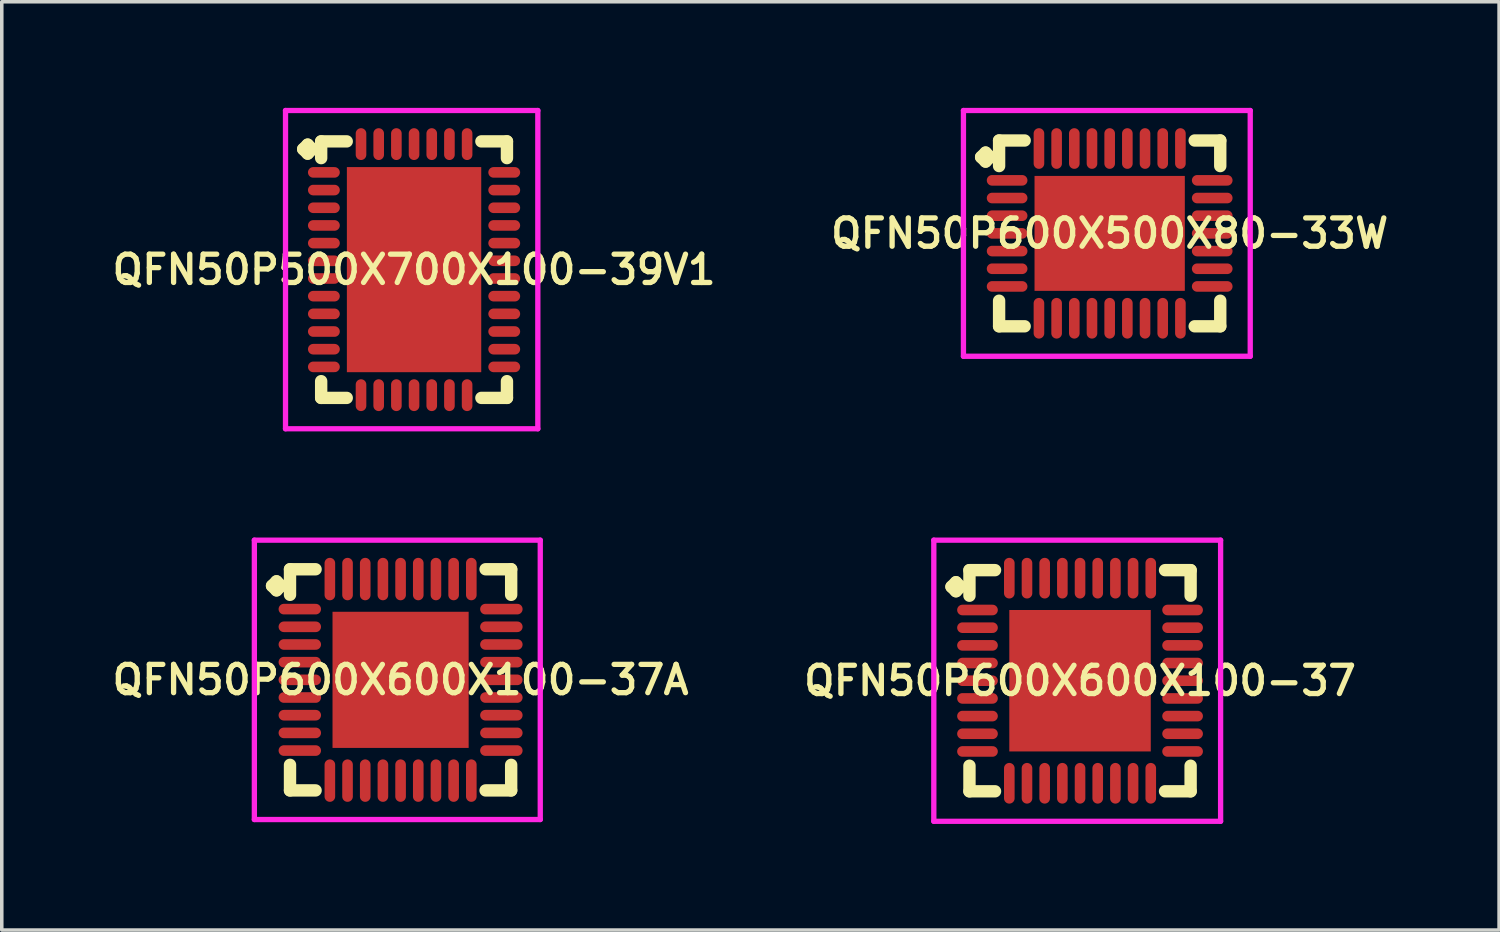
<source format=kicad_pcb>
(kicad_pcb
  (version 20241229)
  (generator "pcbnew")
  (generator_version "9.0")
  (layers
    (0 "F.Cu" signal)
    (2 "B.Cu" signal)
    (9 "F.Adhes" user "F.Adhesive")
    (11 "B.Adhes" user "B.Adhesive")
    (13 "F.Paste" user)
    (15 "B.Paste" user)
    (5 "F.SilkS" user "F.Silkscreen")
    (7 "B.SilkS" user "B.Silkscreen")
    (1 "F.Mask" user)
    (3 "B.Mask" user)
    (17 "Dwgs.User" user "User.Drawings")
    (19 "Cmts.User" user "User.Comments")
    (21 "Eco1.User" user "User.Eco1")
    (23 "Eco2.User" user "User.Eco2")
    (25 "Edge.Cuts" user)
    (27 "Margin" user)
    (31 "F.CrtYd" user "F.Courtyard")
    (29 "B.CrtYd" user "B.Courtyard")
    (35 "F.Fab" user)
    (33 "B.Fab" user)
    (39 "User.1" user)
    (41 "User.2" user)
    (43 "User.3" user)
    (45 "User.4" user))
  (footprint "QFN50P600X500X80-33W"
    (layer "F.Cu")
    (at 28.33 3.55)
    (property "Reference" "QFN50P600X500X80-33W" (at 0 0 0) (layer "F.SilkS") (effects (font (size 0.8 0.8) (thickness 0.15))))
    (attr smd)
    (fp_line (start -3.635 -2.158) (end -3.508 -2.285) (stroke (width 0.35) (type solid)) (layer "F.SilkS"))
    (fp_line (start -3.508 -2.285) (end -3.381 -2.158) (stroke (width 0.35) (type solid)) (layer "F.SilkS"))
    (fp_line (start -3.508 -2.031) (end -3.635 -2.158) (stroke (width 0.35) (type solid)) (layer "F.SilkS"))
    (fp_line (start -3.381 -2.158) (end -3.508 -2.031) (stroke (width 0.35) (type solid)) (layer "F.SilkS"))
    (fp_line (start -3.127 -2.627) (end -2.404 -2.627) (stroke (width 0.35) (type solid)) (layer "F.SilkS"))
    (fp_line (start -3.127 -1.904) (end -3.127 -2.627) (stroke (width 0.35) (type solid)) (layer "F.SilkS"))
    (fp_line (start -3.127 1.904) (end -3.127 2.627) (stroke (width 0.35) (type solid)) (layer "F.SilkS"))
    (fp_line (start -3.127 2.627) (end -2.404 2.627) (stroke (width 0.35) (type solid)) (layer "F.SilkS"))
    (fp_line (start 2.404 -2.627) (end 3.127 -2.627) (stroke (width 0.35) (type solid)) (layer "F.SilkS"))
    (fp_line (start 2.404 2.627) (end 3.127 2.627) (stroke (width 0.35) (type solid)) (layer "F.SilkS"))
    (fp_line (start 3.127 -2.627) (end 3.127 -1.904) (stroke (width 0.35) (type solid)) (layer "F.SilkS"))
    (fp_line (start 3.127 2.627) (end 3.127 1.904) (stroke (width 0.35) (type solid)) (layer "F.SilkS"))
    (fp_line (start -4.135 -3.475) (end 3.975 -3.475) (stroke (width 0.15) (type solid)) (layer "F.CrtYd"))
    (fp_line (start -4.135 3.475) (end -4.135 -3.475) (stroke (width 0.15) (type solid)) (layer "F.CrtYd"))
    (fp_line (start 3.975 -3.475) (end 3.975 3.475) (stroke (width 0.15) (type solid)) (layer "F.CrtYd"))
    (fp_line (start 3.975 3.475) (end -4.135 3.475) (stroke (width 0.15) (type solid)) (layer "F.CrtYd"))
    (pad "1" smd oval (at -2.9 -1.5) (size 1.15 0.3) (layers "F.Cu" "F.Mask" "F.Paste"))
    (pad "2" smd oval (at -2.9 -1) (size 1.15 0.3) (layers "F.Cu" "F.Mask" "F.Paste"))
    (pad "3" smd oval (at -2.9 -0.5) (size 1.15 0.3) (layers "F.Cu" "F.Mask" "F.Paste"))
    (pad "4" smd oval (at -2.9 0) (size 1.15 0.3) (layers "F.Cu" "F.Mask" "F.Paste"))
    (pad "5" smd oval (at -2.9 0.5) (size 1.15 0.3) (layers "F.Cu" "F.Mask" "F.Paste"))
    (pad "6" smd oval (at -2.9 1) (size 1.15 0.3) (layers "F.Cu" "F.Mask" "F.Paste"))
    (pad "7" smd oval (at -2.9 1.5) (size 1.15 0.3) (layers "F.Cu" "F.Mask" "F.Paste"))
    (pad "8" smd oval (at -2 2.4) (size 0.3 1.15) (layers "F.Cu" "F.Mask" "F.Paste"))
    (pad "9" smd oval (at -1.5 2.4) (size 0.3 1.15) (layers "F.Cu" "F.Mask" "F.Paste"))
    (pad "10" smd oval (at -1 2.4) (size 0.3 1.15) (layers "F.Cu" "F.Mask" "F.Paste"))
    (pad "11" smd oval (at -0.5 2.4) (size 0.3 1.15) (layers "F.Cu" "F.Mask" "F.Paste"))
    (pad "12" smd oval (at 0 2.4) (size 0.3 1.15) (layers "F.Cu" "F.Mask" "F.Paste"))
    (pad "13" smd oval (at 0.5 2.4) (size 0.3 1.15) (layers "F.Cu" "F.Mask" "F.Paste"))
    (pad "14" smd oval (at 1 2.4) (size 0.3 1.15) (layers "F.Cu" "F.Mask" "F.Paste"))
    (pad "15" smd oval (at 1.5 2.4) (size 0.3 1.15) (layers "F.Cu" "F.Mask" "F.Paste"))
    (pad "16" smd oval (at 2 2.4) (size 0.3 1.15) (layers "F.Cu" "F.Mask" "F.Paste"))
    (pad "17" smd oval (at 2.9 1.5) (size 1.15 0.3) (layers "F.Cu" "F.Mask" "F.Paste"))
    (pad "18" smd oval (at 2.9 1) (size 1.15 0.3) (layers "F.Cu" "F.Mask" "F.Paste"))
    (pad "19" smd oval (at 2.9 0.5) (size 1.15 0.3) (layers "F.Cu" "F.Mask" "F.Paste"))
    (pad "20" smd oval (at 2.9 0) (size 1.15 0.3) (layers "F.Cu" "F.Mask" "F.Paste"))
    (pad "21" smd oval (at 2.9 -0.5) (size 1.15 0.3) (layers "F.Cu" "F.Mask" "F.Paste"))
    (pad "22" smd oval (at 2.9 -1) (size 1.15 0.3) (layers "F.Cu" "F.Mask" "F.Paste"))
    (pad "23" smd oval (at 2.9 -1.5) (size 1.15 0.3) (layers "F.Cu" "F.Mask" "F.Paste"))
    (pad "24" smd oval (at 2 -2.4) (size 0.3 1.15) (layers "F.Cu" "F.Mask" "F.Paste"))
    (pad "25" smd oval (at 1.5 -2.4) (size 0.3 1.15) (layers "F.Cu" "F.Mask" "F.Paste"))
    (pad "26" smd oval (at 1 -2.4) (size 0.3 1.15) (layers "F.Cu" "F.Mask" "F.Paste"))
    (pad "27" smd oval (at 0.5 -2.4) (size 0.3 1.15) (layers "F.Cu" "F.Mask" "F.Paste"))
    (pad "28" smd oval (at 0 -2.4) (size 0.3 1.15) (layers "F.Cu" "F.Mask" "F.Paste"))
    (pad "29" smd oval (at -0.5 -2.4) (size 0.3 1.15) (layers "F.Cu" "F.Mask" "F.Paste"))
    (pad "30" smd oval (at -1 -2.4) (size 0.3 1.15) (layers "F.Cu" "F.Mask" "F.Paste"))
    (pad "31" smd oval (at -1.5 -2.4) (size 0.3 1.15) (layers "F.Cu" "F.Mask" "F.Paste"))
    (pad "32" smd oval (at -2 -2.4) (size 0.3 1.15) (layers "F.Cu" "F.Mask" "F.Paste"))
    (pad "33" smd rect (at 0 0) (size 4.25 3.25) (layers "F.Cu" "F.Mask" "F.Paste")))
  (footprint "QFN50P500X700X100-39V1"
    (layer "F.Cu")
    (at 8.659 4.575)
    (property "Reference" "QFN50P500X700X100-39V1" (at 0 0 0) (layer "F.SilkS") (effects (font (size 0.8 0.8) (thickness 0.15))))
    (attr smd)
    (fp_line (start -3.135 -3.408) (end -3.008 -3.535) (stroke (width 0.35) (type solid)) (layer "F.SilkS"))
    (fp_line (start -3.008 -3.535) (end -2.881 -3.408) (stroke (width 0.35) (type solid)) (layer "F.SilkS"))
    (fp_line (start -3.008 -3.281) (end -3.135 -3.408) (stroke (width 0.35) (type solid)) (layer "F.SilkS"))
    (fp_line (start -2.881 -3.408) (end -3.008 -3.281) (stroke (width 0.35) (type solid)) (layer "F.SilkS"))
    (fp_line (start -2.627 -3.627) (end -1.904 -3.627) (stroke (width 0.35) (type solid)) (layer "F.SilkS"))
    (fp_line (start -2.627 -3.154) (end -2.627 -3.627) (stroke (width 0.35) (type solid)) (layer "F.SilkS"))
    (fp_line (start -2.627 3.154) (end -2.627 3.627) (stroke (width 0.35) (type solid)) (layer "F.SilkS"))
    (fp_line (start -2.627 3.627) (end -1.904 3.627) (stroke (width 0.35) (type solid)) (layer "F.SilkS"))
    (fp_line (start 1.904 -3.627) (end 2.627 -3.627) (stroke (width 0.35) (type solid)) (layer "F.SilkS"))
    (fp_line (start 1.904 3.627) (end 2.627 3.627) (stroke (width 0.35) (type solid)) (layer "F.SilkS"))
    (fp_line (start 2.627 -3.627) (end 2.627 -3.154) (stroke (width 0.35) (type solid)) (layer "F.SilkS"))
    (fp_line (start 2.627 3.627) (end 2.627 3.154) (stroke (width 0.35) (type solid)) (layer "F.SilkS"))
    (fp_line (start -3.635 -4.5) (end 3.5 -4.5) (stroke (width 0.15) (type solid)) (layer "F.CrtYd"))
    (fp_line (start -3.635 4.5) (end -3.635 -4.5) (stroke (width 0.15) (type solid)) (layer "F.CrtYd"))
    (fp_line (start 3.5 -4.5) (end 3.5 4.5) (stroke (width 0.15) (type solid)) (layer "F.CrtYd"))
    (fp_line (start 3.5 4.5) (end -3.635 4.5) (stroke (width 0.15) (type solid)) (layer "F.CrtYd"))
    (pad "1" smd oval (at -2.55 -2.75) (size 0.9 0.3) (layers "F.Cu" "F.Mask" "F.Paste"))
    (pad "2" smd oval (at -2.55 -2.25) (size 0.9 0.3) (layers "F.Cu" "F.Mask" "F.Paste"))
    (pad "3" smd oval (at -2.55 -1.75) (size 0.9 0.3) (layers "F.Cu" "F.Mask" "F.Paste"))
    (pad "4" smd oval (at -2.55 -1.25) (size 0.9 0.3) (layers "F.Cu" "F.Mask" "F.Paste"))
    (pad "5" smd oval (at -2.55 -0.75) (size 0.9 0.3) (layers "F.Cu" "F.Mask" "F.Paste"))
    (pad "6" smd oval (at -2.55 -0.25) (size 0.9 0.3) (layers "F.Cu" "F.Mask" "F.Paste"))
    (pad "7" smd oval (at -2.55 0.25) (size 0.9 0.3) (layers "F.Cu" "F.Mask" "F.Paste"))
    (pad "8" smd oval (at -2.55 0.75) (size 0.9 0.3) (layers "F.Cu" "F.Mask" "F.Paste"))
    (pad "9" smd oval (at -2.55 1.25) (size 0.9 0.3) (layers "F.Cu" "F.Mask" "F.Paste"))
    (pad "10" smd oval (at -2.55 1.75) (size 0.9 0.3) (layers "F.Cu" "F.Mask" "F.Paste"))
    (pad "11" smd oval (at -2.55 2.25) (size 0.9 0.3) (layers "F.Cu" "F.Mask" "F.Paste"))
    (pad "12" smd oval (at -2.55 2.75) (size 0.9 0.3) (layers "F.Cu" "F.Mask" "F.Paste"))
    (pad "13" smd oval (at -1.5 3.55) (size 0.3 0.9) (layers "F.Cu" "F.Mask" "F.Paste"))
    (pad "14" smd oval (at -1 3.55) (size 0.3 0.9) (layers "F.Cu" "F.Mask" "F.Paste"))
    (pad "15" smd oval (at -0.5 3.55) (size 0.3 0.9) (layers "F.Cu" "F.Mask" "F.Paste"))
    (pad "16" smd oval (at 0 3.55) (size 0.3 0.9) (layers "F.Cu" "F.Mask" "F.Paste"))
    (pad "17" smd oval (at 0.5 3.55) (size 0.3 0.9) (layers "F.Cu" "F.Mask" "F.Paste"))
    (pad "18" smd oval (at 1 3.55) (size 0.3 0.9) (layers "F.Cu" "F.Mask" "F.Paste"))
    (pad "19" smd oval (at 1.5 3.55) (size 0.3 0.9) (layers "F.Cu" "F.Mask" "F.Paste"))
    (pad "20" smd oval (at 2.55 2.75) (size 0.9 0.3) (layers "F.Cu" "F.Mask" "F.Paste"))
    (pad "21" smd oval (at 2.55 2.25) (size 0.9 0.3) (layers "F.Cu" "F.Mask" "F.Paste"))
    (pad "22" smd oval (at 2.55 1.75) (size 0.9 0.3) (layers "F.Cu" "F.Mask" "F.Paste"))
    (pad "23" smd oval (at 2.55 1.25) (size 0.9 0.3) (layers "F.Cu" "F.Mask" "F.Paste"))
    (pad "24" smd oval (at 2.55 0.75) (size 0.9 0.3) (layers "F.Cu" "F.Mask" "F.Paste"))
    (pad "25" smd oval (at 2.55 0.25) (size 0.9 0.3) (layers "F.Cu" "F.Mask" "F.Paste"))
    (pad "26" smd oval (at 2.55 -0.25) (size 0.9 0.3) (layers "F.Cu" "F.Mask" "F.Paste"))
    (pad "27" smd oval (at 2.55 -0.75) (size 0.9 0.3) (layers "F.Cu" "F.Mask" "F.Paste"))
    (pad "28" smd oval (at 2.55 -1.25) (size 0.9 0.3) (layers "F.Cu" "F.Mask" "F.Paste"))
    (pad "29" smd oval (at 2.55 -1.75) (size 0.9 0.3) (layers "F.Cu" "F.Mask" "F.Paste"))
    (pad "30" smd oval (at 2.55 -2.25) (size 0.9 0.3) (layers "F.Cu" "F.Mask" "F.Paste"))
    (pad "31" smd oval (at 2.55 -2.75) (size 0.9 0.3) (layers "F.Cu" "F.Mask" "F.Paste"))
    (pad "32" smd oval (at 1.5 -3.55) (size 0.3 0.9) (layers "F.Cu" "F.Mask" "F.Paste"))
    (pad "33" smd oval (at 1 -3.55) (size 0.3 0.9) (layers "F.Cu" "F.Mask" "F.Paste"))
    (pad "34" smd oval (at 0.5 -3.55) (size 0.3 0.9) (layers "F.Cu" "F.Mask" "F.Paste"))
    (pad "35" smd oval (at 0 -3.55) (size 0.3 0.9) (layers "F.Cu" "F.Mask" "F.Paste"))
    (pad "36" smd oval (at -0.5 -3.55) (size 0.3 0.9) (layers "F.Cu" "F.Mask" "F.Paste"))
    (pad "37" smd oval (at -1 -3.55) (size 0.3 0.9) (layers "F.Cu" "F.Mask" "F.Paste"))
    (pad "38" smd oval (at -1.5 -3.55) (size 0.3 0.9) (layers "F.Cu" "F.Mask" "F.Paste"))
    (pad "39" smd rect (at 0 0) (size 3.8 5.8) (layers "F.Cu" "F.Mask" "F.Paste")))
  (footprint "QFN50P600X600X100-37A"
    (layer "F.Cu")
    (at 8.278 16.175)
    (property "Reference" "QFN50P600X600X100-37A" (at 0 0 0) (layer "F.SilkS") (effects (font (size 0.8 0.8) (thickness 0.15))))
    (attr smd)
    (fp_line (start -3.635 -2.658) (end -3.508 -2.785) (stroke (width 0.35) (type solid)) (layer "F.SilkS"))
    (fp_line (start -3.508 -2.785) (end -3.381 -2.658) (stroke (width 0.35) (type solid)) (layer "F.SilkS"))
    (fp_line (start -3.508 -2.531) (end -3.635 -2.658) (stroke (width 0.35) (type solid)) (layer "F.SilkS"))
    (fp_line (start -3.381 -2.658) (end -3.508 -2.531) (stroke (width 0.35) (type solid)) (layer "F.SilkS"))
    (fp_line (start -3.127 -3.127) (end -2.404 -3.127) (stroke (width 0.35) (type solid)) (layer "F.SilkS"))
    (fp_line (start -3.127 -2.404) (end -3.127 -3.127) (stroke (width 0.35) (type solid)) (layer "F.SilkS"))
    (fp_line (start -3.127 2.404) (end -3.127 3.127) (stroke (width 0.35) (type solid)) (layer "F.SilkS"))
    (fp_line (start -3.127 3.127) (end -2.404 3.127) (stroke (width 0.35) (type solid)) (layer "F.SilkS"))
    (fp_line (start 2.404 -3.127) (end 3.127 -3.127) (stroke (width 0.35) (type solid)) (layer "F.SilkS"))
    (fp_line (start 2.404 3.127) (end 3.127 3.127) (stroke (width 0.35) (type solid)) (layer "F.SilkS"))
    (fp_line (start 3.127 -3.127) (end 3.127 -2.404) (stroke (width 0.35) (type solid)) (layer "F.SilkS"))
    (fp_line (start 3.127 3.127) (end 3.127 2.404) (stroke (width 0.35) (type solid)) (layer "F.SilkS"))
    (fp_line (start -4.135 -3.95) (end 3.95 -3.95) (stroke (width 0.15) (type solid)) (layer "F.CrtYd"))
    (fp_line (start -4.135 3.95) (end -4.135 -3.95) (stroke (width 0.15) (type solid)) (layer "F.CrtYd"))
    (fp_line (start 3.95 -3.95) (end 3.95 3.95) (stroke (width 0.15) (type solid)) (layer "F.CrtYd"))
    (fp_line (start 3.95 3.95) (end -4.135 3.95) (stroke (width 0.15) (type solid)) (layer "F.CrtYd"))
    (pad "1" smd oval (at -2.85 -2) (size 1.2 0.3) (layers "F.Cu" "F.Mask" "F.Paste"))
    (pad "2" smd oval (at -2.85 -1.5) (size 1.2 0.3) (layers "F.Cu" "F.Mask" "F.Paste"))
    (pad "3" smd oval (at -2.85 -1) (size 1.2 0.3) (layers "F.Cu" "F.Mask" "F.Paste"))
    (pad "4" smd oval (at -2.85 -0.5) (size 1.2 0.3) (layers "F.Cu" "F.Mask" "F.Paste"))
    (pad "5" smd oval (at -2.85 0) (size 1.2 0.3) (layers "F.Cu" "F.Mask" "F.Paste"))
    (pad "6" smd oval (at -2.85 0.5) (size 1.2 0.3) (layers "F.Cu" "F.Mask" "F.Paste"))
    (pad "7" smd oval (at -2.85 1) (size 1.2 0.3) (layers "F.Cu" "F.Mask" "F.Paste"))
    (pad "8" smd oval (at -2.85 1.5) (size 1.2 0.3) (layers "F.Cu" "F.Mask" "F.Paste"))
    (pad "9" smd oval (at -2.85 2) (size 1.2 0.3) (layers "F.Cu" "F.Mask" "F.Paste"))
    (pad "10" smd oval (at -2 2.85) (size 0.3 1.2) (layers "F.Cu" "F.Mask" "F.Paste"))
    (pad "11" smd oval (at -1.5 2.85) (size 0.3 1.2) (layers "F.Cu" "F.Mask" "F.Paste"))
    (pad "12" smd oval (at -1 2.85) (size 0.3 1.2) (layers "F.Cu" "F.Mask" "F.Paste"))
    (pad "13" smd oval (at -0.5 2.85) (size 0.3 1.2) (layers "F.Cu" "F.Mask" "F.Paste"))
    (pad "14" smd oval (at 0 2.85) (size 0.3 1.2) (layers "F.Cu" "F.Mask" "F.Paste"))
    (pad "15" smd oval (at 0.5 2.85) (size 0.3 1.2) (layers "F.Cu" "F.Mask" "F.Paste"))
    (pad "16" smd oval (at 1 2.85) (size 0.3 1.2) (layers "F.Cu" "F.Mask" "F.Paste"))
    (pad "17" smd oval (at 1.5 2.85) (size 0.3 1.2) (layers "F.Cu" "F.Mask" "F.Paste"))
    (pad "18" smd oval (at 2 2.85) (size 0.3 1.2) (layers "F.Cu" "F.Mask" "F.Paste"))
    (pad "19" smd oval (at 2.85 2) (size 1.2 0.3) (layers "F.Cu" "F.Mask" "F.Paste"))
    (pad "20" smd oval (at 2.85 1.5) (size 1.2 0.3) (layers "F.Cu" "F.Mask" "F.Paste"))
    (pad "21" smd oval (at 2.85 1) (size 1.2 0.3) (layers "F.Cu" "F.Mask" "F.Paste"))
    (pad "22" smd oval (at 2.85 0.5) (size 1.2 0.3) (layers "F.Cu" "F.Mask" "F.Paste"))
    (pad "23" smd oval (at 2.85 0) (size 1.2 0.3) (layers "F.Cu" "F.Mask" "F.Paste"))
    (pad "24" smd oval (at 2.85 -0.5) (size 1.2 0.3) (layers "F.Cu" "F.Mask" "F.Paste"))
    (pad "25" smd oval (at 2.85 -1) (size 1.2 0.3) (layers "F.Cu" "F.Mask" "F.Paste"))
    (pad "26" smd oval (at 2.85 -1.5) (size 1.2 0.3) (layers "F.Cu" "F.Mask" "F.Paste"))
    (pad "27" smd oval (at 2.85 -2) (size 1.2 0.3) (layers "F.Cu" "F.Mask" "F.Paste"))
    (pad "28" smd oval (at 2 -2.85) (size 0.3 1.2) (layers "F.Cu" "F.Mask" "F.Paste"))
    (pad "29" smd oval (at 1.5 -2.85) (size 0.3 1.2) (layers "F.Cu" "F.Mask" "F.Paste"))
    (pad "30" smd oval (at 1 -2.85) (size 0.3 1.2) (layers "F.Cu" "F.Mask" "F.Paste"))
    (pad "31" smd oval (at 0.5 -2.85) (size 0.3 1.2) (layers "F.Cu" "F.Mask" "F.Paste"))
    (pad "32" smd oval (at 0 -2.85) (size 0.3 1.2) (layers "F.Cu" "F.Mask" "F.Paste"))
    (pad "33" smd oval (at -0.5 -2.85) (size 0.3 1.2) (layers "F.Cu" "F.Mask" "F.Paste"))
    (pad "34" smd oval (at -1 -2.85) (size 0.3 1.2) (layers "F.Cu" "F.Mask" "F.Paste"))
    (pad "35" smd oval (at -1.5 -2.85) (size 0.3 1.2) (layers "F.Cu" "F.Mask" "F.Paste"))
    (pad "36" smd oval (at -2 -2.85) (size 0.3 1.2) (layers "F.Cu" "F.Mask" "F.Paste"))
    (pad "37" smd rect (at 0 0) (size 3.85 3.85) (layers "F.Cu" "F.Mask" "F.Paste")))
  (footprint "QFN50P600X600X100-37"
    (layer "F.Cu")
    (at 27.492 16.2)
    (property "Reference" "QFN50P600X600X100-37" (at 0 0 0) (layer "F.SilkS") (effects (font (size 0.8 0.8) (thickness 0.15))))
    (attr through_hole)
    (fp_line (start -3.635 -2.658) (end -3.508 -2.785) (stroke (width 0.35) (type solid)) (layer "F.SilkS"))
    (fp_line (start -3.508 -2.785) (end -3.381 -2.658) (stroke (width 0.35) (type solid)) (layer "F.SilkS"))
    (fp_line (start -3.508 -2.531) (end -3.635 -2.658) (stroke (width 0.35) (type solid)) (layer "F.SilkS"))
    (fp_line (start -3.381 -2.658) (end -3.508 -2.531) (stroke (width 0.35) (type solid)) (layer "F.SilkS"))
    (fp_line (start -3.127 -3.127) (end -2.404 -3.127) (stroke (width 0.35) (type solid)) (layer "F.SilkS"))
    (fp_line (start -3.127 -2.404) (end -3.127 -3.127) (stroke (width 0.35) (type solid)) (layer "F.SilkS"))
    (fp_line (start -3.127 2.404) (end -3.127 3.127) (stroke (width 0.35) (type solid)) (layer "F.SilkS"))
    (fp_line (start -3.127 3.127) (end -2.404 3.127) (stroke (width 0.35) (type solid)) (layer "F.SilkS"))
    (fp_line (start 2.404 -3.127) (end 3.127 -3.127) (stroke (width 0.35) (type solid)) (layer "F.SilkS"))
    (fp_line (start 2.404 3.127) (end 3.127 3.127) (stroke (width 0.35) (type solid)) (layer "F.SilkS"))
    (fp_line (start 3.127 -3.127) (end 3.127 -2.404) (stroke (width 0.35) (type solid)) (layer "F.SilkS"))
    (fp_line (start 3.127 3.127) (end 3.127 2.404) (stroke (width 0.35) (type solid)) (layer "F.SilkS"))
    (fp_line (start -4.135 -3.975) (end 3.975 -3.975) (stroke (width 0.15) (type solid)) (layer "F.CrtYd"))
    (fp_line (start -4.135 3.975) (end -4.135 -3.975) (stroke (width 0.15) (type solid)) (layer "F.CrtYd"))
    (fp_line (start 3.975 -3.975) (end 3.975 3.975) (stroke (width 0.15) (type solid)) (layer "F.CrtYd"))
    (fp_line (start 3.975 3.975) (end -4.135 3.975) (stroke (width 0.15) (type solid)) (layer "F.CrtYd"))
    (pad "1" smd oval (at -2.9 -2) (size 1.15 0.3) (layers "F.Cu" "F.Mask" "F.Paste"))
    (pad "2" smd oval (at -2.9 -1.5) (size 1.15 0.3) (layers "F.Cu" "F.Mask" "F.Paste"))
    (pad "3" smd oval (at -2.9 -1) (size 1.15 0.3) (layers "F.Cu" "F.Mask" "F.Paste"))
    (pad "4" smd oval (at -2.9 -0.5) (size 1.15 0.3) (layers "F.Cu" "F.Mask" "F.Paste"))
    (pad "5" smd oval (at -2.9 0) (size 1.15 0.3) (layers "F.Cu" "F.Mask" "F.Paste"))
    (pad "6" smd oval (at -2.9 0.5) (size 1.15 0.3) (layers "F.Cu" "F.Mask" "F.Paste"))
    (pad "7" smd oval (at -2.9 1) (size 1.15 0.3) (layers "F.Cu" "F.Mask" "F.Paste"))
    (pad "8" smd oval (at -2.9 1.5) (size 1.15 0.3) (layers "F.Cu" "F.Mask" "F.Paste"))
    (pad "9" smd oval (at -2.9 2) (size 1.15 0.3) (layers "F.Cu" "F.Mask" "F.Paste"))
    (pad "10" smd oval (at -2 2.9) (size 0.3 1.15) (layers "F.Cu" "F.Mask" "F.Paste"))
    (pad "11" smd oval (at -1.5 2.9) (size 0.3 1.15) (layers "F.Cu" "F.Mask" "F.Paste"))
    (pad "12" smd oval (at -1 2.9) (size 0.3 1.15) (layers "F.Cu" "F.Mask" "F.Paste"))
    (pad "13" smd oval (at -0.5 2.9) (size 0.3 1.15) (layers "F.Cu" "F.Mask" "F.Paste"))
    (pad "14" smd oval (at 0 2.9) (size 0.3 1.15) (layers "F.Cu" "F.Mask" "F.Paste"))
    (pad "15" smd oval (at 0.5 2.9) (size 0.3 1.15) (layers "F.Cu" "F.Mask" "F.Paste"))
    (pad "16" smd oval (at 1 2.9) (size 0.3 1.15) (layers "F.Cu" "F.Mask" "F.Paste"))
    (pad "17" smd oval (at 1.5 2.9) (size 0.3 1.15) (layers "F.Cu" "F.Mask" "F.Paste"))
    (pad "18" smd oval (at 2 2.9) (size 0.3 1.15) (layers "F.Cu" "F.Mask" "F.Paste"))
    (pad "19" smd oval (at 2.9 2) (size 1.15 0.3) (layers "F.Cu" "F.Mask" "F.Paste"))
    (pad "20" smd oval (at 2.9 1.5) (size 1.15 0.3) (layers "F.Cu" "F.Mask" "F.Paste"))
    (pad "21" smd oval (at 2.9 1) (size 1.15 0.3) (layers "F.Cu" "F.Mask" "F.Paste"))
    (pad "22" smd oval (at 2.9 0.5) (size 1.15 0.3) (layers "F.Cu" "F.Mask" "F.Paste"))
    (pad "23" smd oval (at 2.9 0) (size 1.15 0.3) (layers "F.Cu" "F.Mask" "F.Paste"))
    (pad "24" smd oval (at 2.9 -0.5) (size 1.15 0.3) (layers "F.Cu" "F.Mask" "F.Paste"))
    (pad "25" smd oval (at 2.9 -1) (size 1.15 0.3) (layers "F.Cu" "F.Mask" "F.Paste"))
    (pad "26" smd oval (at 2.9 -1.5) (size 1.15 0.3) (layers "F.Cu" "F.Mask" "F.Paste"))
    (pad "27" smd oval (at 2.9 -2) (size 1.15 0.3) (layers "F.Cu" "F.Mask" "F.Paste"))
    (pad "28" smd oval (at 2 -2.9) (size 0.3 1.15) (layers "F.Cu" "F.Mask" "F.Paste"))
    (pad "29" smd oval (at 1.5 -2.9) (size 0.3 1.15) (layers "F.Cu" "F.Mask" "F.Paste"))
    (pad "30" smd oval (at 1 -2.9) (size 0.3 1.15) (layers "F.Cu" "F.Mask" "F.Paste"))
    (pad "31" smd oval (at 0.5 -2.9) (size 0.3 1.15) (layers "F.Cu" "F.Mask" "F.Paste"))
    (pad "32" smd oval (at 0 -2.9) (size 0.3 1.15) (layers "F.Cu" "F.Mask" "F.Paste"))
    (pad "33" smd oval (at -0.5 -2.9) (size 0.3 1.15) (layers "F.Cu" "F.Mask" "F.Paste"))
    (pad "34" smd oval (at -1 -2.9) (size 0.3 1.15) (layers "F.Cu" "F.Mask" "F.Paste"))
    (pad "35" smd oval (at -1.5 -2.9) (size 0.3 1.15) (layers "F.Cu" "F.Mask" "F.Paste"))
    (pad "36" smd oval (at -2 -2.9) (size 0.3 1.15) (layers "F.Cu" "F.Mask" "F.Paste"))
    (pad "37" smd rect (at 0 0) (size 4 4) (layers "F.Cu" "F.Mask" "F.Paste")))
  (gr_rect
    (start -3 -3)
    (end 39.342 23.25)
    (stroke (width 0.1) (type default))
    (fill no)
    (layer "Edge.Cuts")))
</source>
